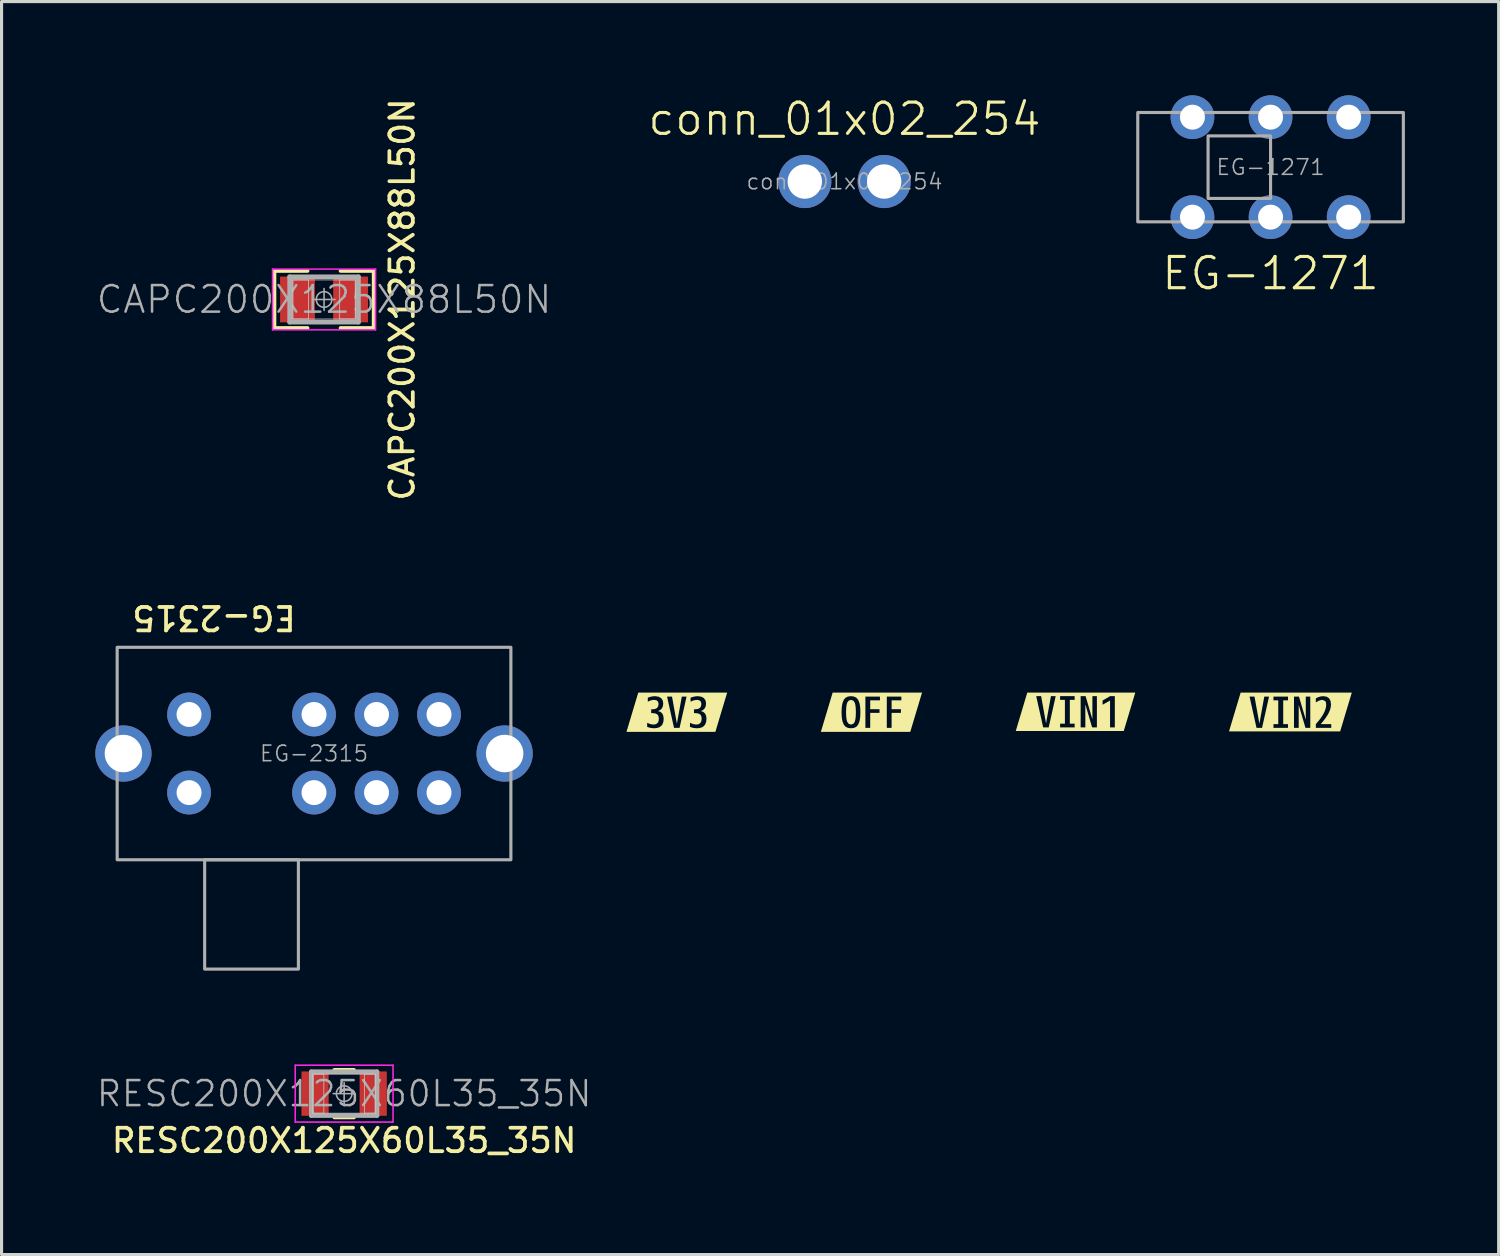
<source format=kicad_pcb>
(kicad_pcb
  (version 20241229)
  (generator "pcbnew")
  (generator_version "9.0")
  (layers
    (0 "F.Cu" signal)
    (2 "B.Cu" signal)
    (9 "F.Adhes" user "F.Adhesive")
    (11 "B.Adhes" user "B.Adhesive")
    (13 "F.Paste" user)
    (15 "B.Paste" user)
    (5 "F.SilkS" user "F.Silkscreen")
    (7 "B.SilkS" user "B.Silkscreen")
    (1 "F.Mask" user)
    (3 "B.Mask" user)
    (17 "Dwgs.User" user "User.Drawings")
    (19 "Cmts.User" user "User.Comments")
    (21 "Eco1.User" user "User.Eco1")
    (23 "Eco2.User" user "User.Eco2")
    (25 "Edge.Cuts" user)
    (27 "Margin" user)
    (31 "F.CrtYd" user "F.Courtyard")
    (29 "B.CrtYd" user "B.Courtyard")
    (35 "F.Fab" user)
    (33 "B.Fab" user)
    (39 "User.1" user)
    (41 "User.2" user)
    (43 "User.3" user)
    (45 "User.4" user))
  (footprint "EG-2315"
    (layer "F.Cu")
    (at 7 21.066)
    (property "Reference" "EG-2315" (at -3.2 -4.35 180) (unlocked yes) (layer "F.SilkS") (effects (font (size 0.75 0.75) (thickness 0.12))))
    (attr through_hole)
    (fp_rect (start -6.3 3.4) (end 6.3 -3.4) (stroke (width 0.1) (type default)) (fill no) (layer "F.Fab"))
    (fp_rect (start -3.5 3.4) (end -0.5 6.9) (stroke (width 0.1) (type default)) (fill no) (layer "F.Fab"))
    (fp_text user "${REFERENCE}" (at 0 0 0) (unlocked yes) (layer "F.Fab") (effects (font (size 0.5 0.5) (thickness 0.05))))
    (pad "" thru_hole circle (at -6.1 0) (size 1.8 1.8) (drill 1.2) (layers "*.Cu" "*.Mask"))
    (pad "" thru_hole circle (at 6.1 0) (size 1.8 1.8) (drill 1.2) (layers "*.Cu" "*.Mask"))
    (pad "1" thru_hole circle (at -4 1.25) (size 1.4 1.4) (drill 0.8) (layers "*.Cu" "*.Mask"))
    (pad "2" thru_hole circle (at 0 1.25) (size 1.4 1.4) (drill 0.8) (layers "*.Cu" "*.Mask"))
    (pad "3" thru_hole circle (at 2 1.25) (size 1.4 1.4) (drill 0.8) (layers "*.Cu" "*.Mask"))
    (pad "4" thru_hole circle (at 4 1.25) (size 1.4 1.4) (drill 0.8) (layers "*.Cu" "*.Mask"))
    (pad "5" thru_hole circle (at -4 -1.25) (size 1.4 1.4) (drill 0.8) (layers "*.Cu" "*.Mask"))
    (pad "6" thru_hole circle (at 0 -1.25) (size 1.4 1.4) (drill 0.8) (layers "*.Cu" "*.Mask"))
    (pad "7" thru_hole circle (at 2 -1.25) (size 1.4 1.4) (drill 0.8) (layers "*.Cu" "*.Mask"))
    (pad "8" thru_hole circle (at 4 -1.25) (size 1.4 1.4) (drill 0.8) (layers "*.Cu" "*.Mask")))
  (footprint "kibuzzard-66F9CB3C"
    (layer "F.Cu")
    (at 24.84 19.744)
    (property "Reference" "kibuzzard-66F9CB3C" (at 0 -3.676 180) (layer "F.SilkS") (effects (font (size 0.001 0.001) (thickness 0.15))))
    (attr board_only exclude_from_pos_files exclude_from_bom)
    (fp_poly (pts (xy -0.536 -0.31) (xy -0.585 -0.373) (xy -0.655 -0.395) (xy -0.726 -0.373) (xy -0.775 -0.31) (xy -0.795 -0.238) (xy -0.808 -0.135) (xy -0.812 0) (xy -0.808 0.135) (xy -0.795 0.238) (xy -0.775 0.31) (xy -0.726 0.373) (xy -0.655 0.395) (xy -0.585 0.373) (xy -0.536 0.31) (xy -0.516 0.238) (xy -0.503 0.135) (xy -0.499 0) (xy -0.503 -0.135) (xy -0.516 -0.238) (xy -0.536 -0.31)) (stroke (width 0) (type solid)) (fill yes) (layer "F.SilkS"))
    (fp_poly (pts (xy -0.957 -0.628) (xy -1.242 -0.628) (xy -1.619 0.628) (xy -1.242 0.628) (xy -0.957 0.628) (xy -0.655 0.628) (xy -0.655 0.514) (xy -0.751 0.502) (xy -0.825 0.467) (xy -0.882 0.404) (xy -0.923 0.307) (xy -0.942 0.222) (xy -0.953 0.12) (xy -0.957 0) (xy -0.953 -0.12) (xy -0.942 -0.222) (xy -0.923 -0.307) (xy -0.882 -0.404) (xy -0.825 -0.467) (xy -0.751 -0.502) (xy -0.655 -0.514) (xy -0.56 -0.502) (xy -0.486 -0.467) (xy -0.429 -0.404) (xy -0.388 -0.307) (xy -0.369 -0.222) (xy -0.358 -0.12) (xy -0.354 0) (xy -0.358 0.12) (xy -0.369 0.222) (xy -0.388 0.307) (xy -0.429 0.404) (xy -0.486 0.467) (xy -0.56 0.502) (xy -0.655 0.514) (xy -0.655 0.628) (xy -0.04 0.628) (xy -0.04 0.5) (xy -0.194 0.5) (xy -0.194 -0.5) (xy 0.272 -0.5) (xy 0.272 -0.381) (xy -0.04 -0.381) (xy -0.04 -0.096) (xy 0.258 -0.096) (xy 0.258 0.021) (xy -0.04 0.021) (xy -0.04 0.5) (xy -0.04 0.628) (xy 0.645 0.628) (xy 0.645 0.5) (xy 0.491 0.5) (xy 0.491 -0.5) (xy 0.957 -0.5) (xy 0.957 -0.381) (xy 0.645 -0.381) (xy 0.645 -0.096) (xy 0.943 -0.096) (xy 0.943 0.021) (xy 0.645 0.021) (xy 0.645 0.5) (xy 0.645 0.628) (xy 0.957 0.628) (xy 1.242 0.628) (xy 1.619 -0.628) (xy 1.242 -0.628) (xy 0.957 -0.628) (xy -0.957 -0.628)) (stroke (width 0) (type solid)) (fill yes) (layer "F.SilkS")))
  (footprint "conn_01x02_254"
    (layer "F.Cu")
    (at 23.977 2.76)
    (property "Reference" "conn_01x02_254" (at 0 -2 0) (unlocked yes) (layer "F.SilkS") (effects (font (size 1 1) (thickness 0.1))))
    (attr through_hole)
    (fp_text user "${REFERENCE}" (at 0 0 0) (unlocked yes) (layer "F.Fab") (effects (font (size 0.5 0.5) (thickness 0.05))))
    (pad "1" thru_hole circle (at -1.27 0) (size 1.7 1.7) (drill 1.1) (layers "*.Cu" "*.Mask"))
    (pad "2" thru_hole circle (at 1.27 0) (size 1.7 1.7) (drill 1.1) (layers "*.Cu" "*.Mask")))
  (footprint "kibuzzard-66F9CB51"
    (layer "F.Cu")
    (at 38.248 19.737)
    (property "Reference" "kibuzzard-66F9CB51" (at 0 -3.669 180) (layer "F.SilkS") (effects (font (size 0.001 0.001) (thickness 0.15))))
    (attr board_only exclude_from_pos_files exclude_from_bom)
    (fp_poly (pts (xy -1.307 -0.621) (xy -1.592 -0.621) (xy -1.965 0.621) (xy -1.592 0.621) (xy -1.307 0.621) (xy -0.907 0.621) (xy -0.907 0.507) (xy -1.085 0.507) (xy -1.307 -0.493) (xy -1.149 -0.493) (xy -0.993 0.37) (xy -0.992 0.37) (xy -0.836 -0.493) (xy -0.684 -0.493) (xy -0.907 0.507) (xy -0.907 0.621) (xy -0.077 0.621) (xy -0.077 0.507) (xy -0.542 0.507) (xy -0.542 0.388) (xy -0.389 0.388) (xy -0.389 -0.374) (xy -0.542 -0.374) (xy -0.542 -0.493) (xy -0.077 -0.493) (xy -0.077 -0.374) (xy -0.23 -0.374) (xy -0.23 0.388) (xy -0.077 0.388) (xy -0.077 0.507) (xy -0.077 0.621) (xy 0.115 0.621) (xy 0.115 0.507) (xy 0.115 -0.493) (xy 0.274 -0.493) (xy 0.488 0.233) (xy 0.492 0.233) (xy 0.492 -0.493) (xy 0.636 -0.493) (xy 0.636 0.507) (xy 0.482 0.507) (xy 0.268 -0.219) (xy 0.266 -0.219) (xy 0.266 0.507) (xy 0.115 0.507) (xy 0.115 0.621) (xy 1.307 0.621) (xy 1.307 0.507) (xy 0.814 0.507) (xy 0.814 0.388) (xy 0.902 0.285) (xy 0.976 0.188) (xy 1.037 0.095) (xy 1.084 0.006) (xy 1.118 -0.078) (xy 1.138 -0.158) (xy 1.145 -0.233) (xy 1.138 -0.303) (xy 1.116 -0.351) (xy 1.026 -0.388) (xy 0.962 -0.379) (xy 0.891 -0.352) (xy 0.814 -0.307) (xy 0.814 -0.436) (xy 0.889 -0.475) (xy 0.971 -0.499) (xy 1.058 -0.507) (xy 1.161 -0.49) (xy 1.238 -0.439) (xy 1.284 -0.355) (xy 1.3 -0.24) (xy 1.291 -0.153) (xy 1.266 -0.061) (xy 1.223 0.037) (xy 1.178 0.115) (xy 1.121 0.199) (xy 1.053 0.289) (xy 0.973 0.385) (xy 0.973 0.388) (xy 1.307 0.388) (xy 1.307 0.507) (xy 1.307 0.621) (xy 1.592 0.621) (xy 1.965 -0.621) (xy 1.592 -0.621) (xy 1.307 -0.621) (xy -1.307 -0.621)) (stroke (width 0) (type solid)) (fill yes) (layer "F.SilkS")))
  (footprint "CAPC200X125X88L50N"
    (layer "F.Cu")
    (at 7.321 6.534)
    (property "Reference" "CAPC200X125X88L50N" (at 2.5 0 90) (layer "F.SilkS") (effects (font (size 0.75 0.75) (thickness 0.12))))
    (attr smd)
    (fp_line (start -1.588 -0.913) (end -0.529 -0.913) (stroke (width 0.12) (type solid)) (layer "F.SilkS"))
    (fp_line (start -1.588 0.913) (end -1.588 -0.913) (stroke (width 0.12) (type solid)) (layer "F.SilkS"))
    (fp_line (start -0.529 0.913) (end -1.588 0.913) (stroke (width 0.12) (type solid)) (layer "F.SilkS"))
    (fp_line (start 0.529 0.913) (end 1.588 0.913) (stroke (width 0.12) (type solid)) (layer "F.SilkS"))
    (fp_line (start 1.588 -0.913) (end 0.529 -0.913) (stroke (width 0.12) (type solid)) (layer "F.SilkS"))
    (fp_line (start 1.588 0.913) (end 1.588 -0.913) (stroke (width 0.12) (type solid)) (layer "F.SilkS"))
    (fp_line (start -1 -0.625) (end -0.5 -0.625) (stroke (width 0.025) (type solid)) (layer "Dwgs.User"))
    (fp_line (start -1 -0.625) (end 1 -0.625) (stroke (width 0.025) (type solid)) (layer "Dwgs.User"))
    (fp_line (start -1 0.625) (end -1 -0.625) (stroke (width 0.025) (type solid)) (layer "Dwgs.User"))
    (fp_line (start -1 0.625) (end -1 -0.625) (stroke (width 0.025) (type solid)) (layer "Dwgs.User"))
    (fp_line (start -0.5 -0.625) (end -0.5 0.625) (stroke (width 0.025) (type solid)) (layer "Dwgs.User"))
    (fp_line (start -0.5 0.625) (end -1 0.625) (stroke (width 0.025) (type solid)) (layer "Dwgs.User"))
    (fp_line (start 0.5 -0.625) (end 1 -0.625) (stroke (width 0.025) (type solid)) (layer "Dwgs.User"))
    (fp_line (start 0.5 0.625) (end 0.5 -0.625) (stroke (width 0.025) (type solid)) (layer "Dwgs.User"))
    (fp_line (start 1 -0.625) (end 1 0.625) (stroke (width 0.025) (type solid)) (layer "Dwgs.User"))
    (fp_line (start 1 -0.625) (end 1 0.625) (stroke (width 0.025) (type solid)) (layer "Dwgs.User"))
    (fp_line (start 1 0.625) (end -1 0.625) (stroke (width 0.025) (type solid)) (layer "Dwgs.User"))
    (fp_line (start 1 0.625) (end 0.5 0.625) (stroke (width 0.025) (type solid)) (layer "Dwgs.User"))
    (fp_line (start -1.648 -0.972) (end 1.648 -0.972) (stroke (width 0.05) (type solid)) (layer "F.CrtYd"))
    (fp_line (start -1.648 0.972) (end -1.648 -0.972) (stroke (width 0.05) (type solid)) (layer "F.CrtYd"))
    (fp_line (start 1.648 -0.972) (end 1.648 0.972) (stroke (width 0.05) (type solid)) (layer "F.CrtYd"))
    (fp_line (start 1.648 0.972) (end -1.648 0.972) (stroke (width 0.05) (type solid)) (layer "F.CrtYd"))
    (fp_line (start -1.1 -0.725) (end 1.1 -0.725) (stroke (width 0.15) (type solid)) (layer "F.Fab"))
    (fp_line (start -1.1 0.725) (end -1.1 -0.725) (stroke (width 0.15) (type solid)) (layer "F.Fab"))
    (fp_line (start 0 -0.35) (end 0 0.35) (stroke (width 0.05) (type solid)) (layer "F.Fab"))
    (fp_line (start 0.35 0) (end -0.35 0) (stroke (width 0.05) (type solid)) (layer "F.Fab"))
    (fp_line (start 1.1 -0.725) (end 1.1 0.725) (stroke (width 0.15) (type solid)) (layer "F.Fab"))
    (fp_line (start 1.1 0.725) (end -1.1 0.725) (stroke (width 0.15) (type solid)) (layer "F.Fab"))
    (fp_circle (center 0 0) (end 0.25 0) (stroke (width 0.05) (type solid)) (fill no) (layer "F.Fab"))
    (fp_text user "${REFERENCE}" (at 0 0 180) (layer "F.Fab") (effects (font (size 0.85 0.85) (thickness 0.08))))
    (pad "1" smd rect (at -0.85 0) (size 1.115 1.465) (layers "F.Cu" "F.Mask" "F.Paste"))
    (pad "2" smd rect (at 0.85 0) (size 1.115 1.465) (layers "F.Cu" "F.Mask" "F.Paste")))
  (footprint "kibuzzard-66F9CABE"
    (layer "F.Cu")
    (at 18.611 19.744)
    (property "Reference" "kibuzzard-66F9CABE" (at 0 -3.676 180) (layer "F.SilkS") (effects (font (size 0.001 0.001) (thickness 0.15))))
    (attr board_only exclude_from_pos_files exclude_from_bom)
    (fp_poly (pts (xy -0.949 -0.628) (xy -1.234 -0.628) (xy -1.611 0.628) (xy -1.234 0.628) (xy -0.949 0.628) (xy -0.729 0.628) (xy -0.729 0.514) (xy -0.841 0.503) (xy -0.949 0.47) (xy -0.949 0.338) (xy -0.849 0.38) (xy -0.747 0.395) (xy -0.672 0.383) (xy -0.618 0.347) (xy -0.585 0.288) (xy -0.575 0.205) (xy -0.587 0.124) (xy -0.624 0.069) (xy -0.691 0.038) (xy -0.794 0.027) (xy -0.821 0.027) (xy -0.821 -0.093) (xy -0.794 -0.093) (xy -0.698 -0.103) (xy -0.634 -0.134) (xy -0.597 -0.187) (xy -0.584 -0.264) (xy -0.6 -0.337) (xy -0.648 -0.381) (xy -0.727 -0.396) (xy -0.823 -0.382) (xy -0.929 -0.338) (xy -0.929 -0.466) (xy -0.85 -0.492) (xy -0.774 -0.508) (xy -0.699 -0.514) (xy -0.587 -0.498) (xy -0.503 -0.453) (xy -0.452 -0.38) (xy -0.435 -0.284) (xy -0.445 -0.196) (xy -0.476 -0.126) (xy -0.527 -0.073) (xy -0.599 -0.038) (xy -0.599 -0.037) (xy -0.521 -0.009) (xy -0.466 0.042) (xy -0.432 0.116) (xy -0.421 0.212) (xy -0.43 0.304) (xy -0.455 0.38) (xy -0.498 0.438) (xy -0.558 0.48) (xy -0.635 0.505) (xy -0.729 0.514) (xy -0.729 0.628) (xy 0.088 0.628) (xy 0.088 0.5) (xy -0.09 0.5) (xy -0.312 -0.5) (xy -0.154 -0.5) (xy 0.002 0.363) (xy 0.003 0.363) (xy 0.16 -0.5) (xy 0.312 -0.5) (xy 0.088 0.5) (xy 0.088 0.628) (xy 0.64 0.628) (xy 0.64 0.514) (xy 0.529 0.503) (xy 0.421 0.47) (xy 0.421 0.338) (xy 0.521 0.38) (xy 0.623 0.395) (xy 0.698 0.383) (xy 0.752 0.347) (xy 0.784 0.288) (xy 0.795 0.205) (xy 0.783 0.124) (xy 0.746 0.069) (xy 0.679 0.038) (xy 0.576 0.027) (xy 0.549 0.027) (xy 0.549 -0.093) (xy 0.576 -0.093) (xy 0.672 -0.103) (xy 0.736 -0.134) (xy 0.773 -0.187) (xy 0.786 -0.264) (xy 0.77 -0.337) (xy 0.722 -0.381) (xy 0.643 -0.396) (xy 0.547 -0.382) (xy 0.44 -0.338) (xy 0.44 -0.466) (xy 0.52 -0.492) (xy 0.596 -0.508) (xy 0.671 -0.514) (xy 0.783 -0.498) (xy 0.866 -0.453) (xy 0.918 -0.38) (xy 0.935 -0.284) (xy 0.925 -0.196) (xy 0.894 -0.126) (xy 0.842 -0.073) (xy 0.771 -0.038) (xy 0.771 -0.037) (xy 0.848 -0.009) (xy 0.904 0.042) (xy 0.938 0.116) (xy 0.949 0.212) (xy 0.94 0.304) (xy 0.914 0.38) (xy 0.872 0.438) (xy 0.812 0.48) (xy 0.735 0.505) (xy 0.64 0.514) (xy 0.64 0.628) (xy 0.949 0.628) (xy 1.234 0.628) (xy 1.611 -0.628) (xy 1.234 -0.628) (xy 0.949 -0.628) (xy -0.949 -0.628)) (stroke (width 0) (type solid)) (fill yes) (layer "F.SilkS")))
  (footprint "EG-1271"
    (layer "F.Cu")
    (at 37.613 2.3)
    (property "Reference" "EG-1271" (at 0 3.4 0) (unlocked yes) (layer "F.SilkS") (effects (font (size 1 1) (thickness 0.1))))
    (attr through_hole)
    (fp_rect (start -4.25 1.75) (end 4.25 -1.75) (stroke (width 0.1) (type default)) (fill no) (layer "F.Fab"))
    (fp_rect (start -2 -1) (end 0 1) (stroke (width 0.1) (type default)) (fill no) (layer "F.Fab"))
    (fp_text user "${REFERENCE}" (at 0 0 0) (unlocked yes) (layer "F.Fab") (effects (font (size 0.5 0.5) (thickness 0.05))))
    (pad "1" thru_hole circle (at -2.5 -1.6) (size 1.4 1.4) (drill 0.8) (layers "*.Cu" "*.Mask"))
    (pad "2" thru_hole circle (at 0 -1.6) (size 1.4 1.4) (drill 0.8) (layers "*.Cu" "*.Mask"))
    (pad "3" thru_hole circle (at 2.5 -1.6) (size 1.4 1.4) (drill 0.8) (layers "*.Cu" "*.Mask"))
    (pad "4" thru_hole circle (at -2.5 1.6) (size 1.4 1.4) (drill 0.8) (layers "*.Cu" "*.Mask"))
    (pad "5" thru_hole circle (at 0 1.6) (size 1.4 1.4) (drill 0.8) (layers "*.Cu" "*.Mask"))
    (pad "6" thru_hole circle (at 2.5 1.6) (size 1.4 1.4) (drill 0.8) (layers "*.Cu" "*.Mask")))
  (footprint "kibuzzard-66F9CB19"
    (layer "F.Cu")
    (at 31.371 19.73)
    (property "Reference" "kibuzzard-66F9CB19" (at 0 -3.662 0) (layer "F.SilkS") (effects (font (size 0.001 0.001) (thickness 0.15))))
    (attr board_only exclude_from_pos_files exclude_from_bom)
    (fp_poly (pts (xy -1.258 -0.614) (xy -1.544 -0.614) (xy -1.912 0.614) (xy -1.544 0.614) (xy -1.258 0.614) (xy -0.858 0.614) (xy -0.858 0.5) (xy -1.036 0.5) (xy -1.258 -0.5) (xy -1.101 -0.5) (xy -0.945 0.363) (xy -0.943 0.363) (xy -0.787 -0.5) (xy -0.635 -0.5) (xy -0.858 0.5) (xy -0.858 0.614) (xy -0.028 0.614) (xy -0.028 0.5) (xy -0.494 0.5) (xy -0.494 0.381) (xy -0.34 0.381) (xy -0.34 -0.381) (xy -0.494 -0.381) (xy -0.494 -0.5) (xy -0.028 -0.5) (xy -0.028 -0.381) (xy -0.182 -0.381) (xy -0.182 0.381) (xy -0.028 0.381) (xy -0.028 0.5) (xy -0.028 0.614) (xy 0.164 0.614) (xy 0.164 0.5) (xy 0.164 -0.5) (xy 0.323 -0.5) (xy 0.536 0.226) (xy 0.54 0.226) (xy 0.54 -0.5) (xy 0.684 -0.5) (xy 0.684 0.5) (xy 0.531 0.5) (xy 0.317 -0.226) (xy 0.314 -0.226) (xy 0.314 0.5) (xy 0.164 0.5) (xy 0.164 0.614) (xy 1.105 0.614) (xy 1.105 0.5) (xy 1.105 -0.356) (xy 1.102 -0.358) (xy 0.866 -0.226) (xy 0.866 -0.36) (xy 1.106 -0.5) (xy 1.258 -0.5) (xy 1.258 0.5) (xy 1.105 0.5) (xy 1.105 0.614) (xy 1.258 0.614) (xy 1.544 0.614) (xy 1.912 -0.614) (xy 1.544 -0.614) (xy 1.258 -0.614) (xy -1.258 -0.614)) (stroke (width 0) (type solid)) (fill yes) (layer "F.SilkS")))
  (footprint "RESC200X125X60L35_35N"
    (layer "F.Cu")
    (at 7.964 31.951)
    (property "Reference" "RESC200X125X60L35_35N" (at 0 1.5 180) (layer "F.SilkS") (effects (font (size 0.75 0.75) (thickness 0.12))))
    (attr smd)
    (fp_line (start -0.315 -0.76) (end 0.315 -0.76) (stroke (width 0.12) (type solid)) (layer "F.SilkS"))
    (fp_line (start -0.315 0.76) (end 0.315 0.76) (stroke (width 0.12) (type solid)) (layer "F.SilkS"))
    (fp_line (start -1 -0.625) (end -0.65 -0.625) (stroke (width 0.025) (type solid)) (layer "Dwgs.User"))
    (fp_line (start -1 -0.625) (end 1 -0.625) (stroke (width 0.025) (type solid)) (layer "Dwgs.User"))
    (fp_line (start -1 0.625) (end -1 -0.625) (stroke (width 0.025) (type solid)) (layer "Dwgs.User"))
    (fp_line (start -1 0.625) (end -1 -0.625) (stroke (width 0.025) (type solid)) (layer "Dwgs.User"))
    (fp_line (start -0.65 -0.625) (end -0.65 0.625) (stroke (width 0.025) (type solid)) (layer "Dwgs.User"))
    (fp_line (start -0.65 0.625) (end -1 0.625) (stroke (width 0.025) (type solid)) (layer "Dwgs.User"))
    (fp_line (start 0.65 -0.625) (end 1 -0.625) (stroke (width 0.025) (type solid)) (layer "Dwgs.User"))
    (fp_line (start 0.65 0.625) (end 0.65 -0.625) (stroke (width 0.025) (type solid)) (layer "Dwgs.User"))
    (fp_line (start 1 -0.625) (end 1 0.625) (stroke (width 0.025) (type solid)) (layer "Dwgs.User"))
    (fp_line (start 1 -0.625) (end 1 0.625) (stroke (width 0.025) (type solid)) (layer "Dwgs.User"))
    (fp_line (start 1 0.625) (end -1 0.625) (stroke (width 0.025) (type solid)) (layer "Dwgs.User"))
    (fp_line (start 1 0.625) (end 0.65 0.625) (stroke (width 0.025) (type solid)) (layer "Dwgs.User"))
    (fp_line (start -1.565 -0.91) (end 1.565 -0.91) (stroke (width 0.05) (type solid)) (layer "F.CrtYd"))
    (fp_line (start -1.565 0.91) (end -1.565 -0.91) (stroke (width 0.05) (type solid)) (layer "F.CrtYd"))
    (fp_line (start 1.565 -0.91) (end 1.565 0.91) (stroke (width 0.05) (type solid)) (layer "F.CrtYd"))
    (fp_line (start 1.565 0.91) (end -1.565 0.91) (stroke (width 0.05) (type solid)) (layer "F.CrtYd"))
    (fp_line (start -1.05 -0.7) (end 1.05 -0.7) (stroke (width 0.15) (type solid)) (layer "F.Fab"))
    (fp_line (start -1.05 0.7) (end -1.05 -0.7) (stroke (width 0.15) (type solid)) (layer "F.Fab"))
    (fp_line (start 0 -0.35) (end 0 0.35) (stroke (width 0.05) (type solid)) (layer "F.Fab"))
    (fp_line (start 0.35 0) (end -0.35 0) (stroke (width 0.05) (type solid)) (layer "F.Fab"))
    (fp_line (start 1.05 -0.7) (end 1.05 0.7) (stroke (width 0.15) (type solid)) (layer "F.Fab"))
    (fp_line (start 1.05 0.7) (end -1.05 0.7) (stroke (width 0.15) (type solid)) (layer "F.Fab"))
    (fp_circle (center 0 0) (end 0.25 0) (stroke (width 0.05) (type solid)) (fill no) (layer "F.Fab"))
    (fp_text user "${REFERENCE}" (at 0 0 0) (layer "F.Fab") (effects (font (size 0.8 0.8) (thickness 0.08))))
    (pad "1" smd rect (at -0.93 0) (size 0.87 1.42) (layers "F.Cu" "F.Mask" "F.Paste"))
    (pad "2" smd rect (at 0.93 0) (size 0.87 1.42) (layers "F.Cu" "F.Mask" "F.Paste")))
  (gr_rect
    (start -3 -3)
    (end 44.913 37.101)
    (stroke (width 0.1) (type default))
    (fill no)
    (layer "Edge.Cuts")))
</source>
